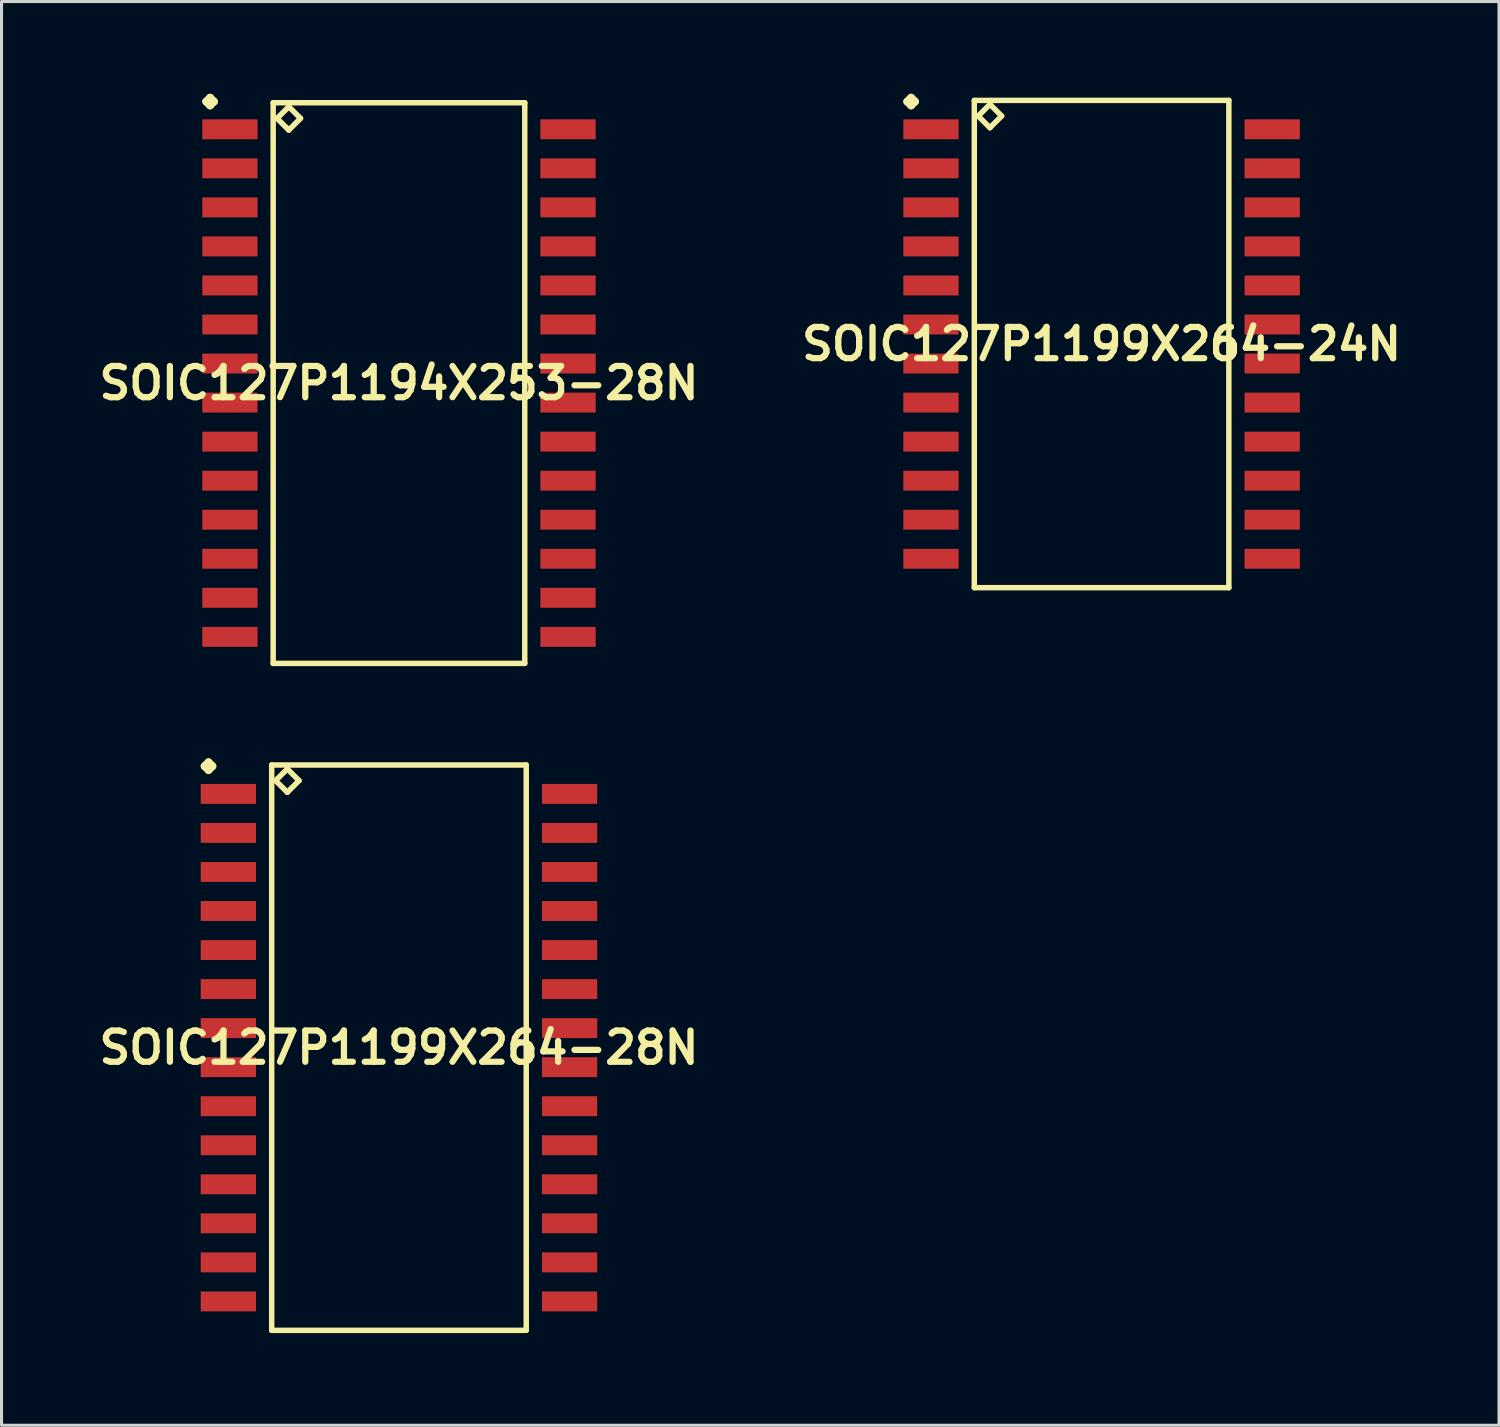
<source format=kicad_pcb>
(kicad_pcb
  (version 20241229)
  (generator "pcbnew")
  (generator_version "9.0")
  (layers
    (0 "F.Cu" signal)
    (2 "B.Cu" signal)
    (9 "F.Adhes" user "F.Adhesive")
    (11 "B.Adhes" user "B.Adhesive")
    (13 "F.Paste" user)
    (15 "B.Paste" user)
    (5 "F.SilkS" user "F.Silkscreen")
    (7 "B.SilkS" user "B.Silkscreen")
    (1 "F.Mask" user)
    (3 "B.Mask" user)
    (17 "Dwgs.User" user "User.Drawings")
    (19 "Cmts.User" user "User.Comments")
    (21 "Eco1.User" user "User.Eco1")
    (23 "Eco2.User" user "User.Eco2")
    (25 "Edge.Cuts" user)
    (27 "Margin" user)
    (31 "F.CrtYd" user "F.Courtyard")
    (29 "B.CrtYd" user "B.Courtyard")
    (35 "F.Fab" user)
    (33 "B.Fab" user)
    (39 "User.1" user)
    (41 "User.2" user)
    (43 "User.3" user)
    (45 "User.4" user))
  (footprint "SOIC127P1199X264-28N"
    (layer "F.Cu")
    (at 9.928 31.029)
    (property "Reference" "SOIC127P1199X264-28N" (at 0 0 0) (layer "F.SilkS") (effects (font (size 1.016 1.016) (thickness 0.203))))
    (attr smd)
    (fp_line (start -6.322 -9.157) (end -6.195 -9.284) (stroke (width 0.254) (type solid)) (layer "F.SilkS"))
    (fp_line (start -6.195 -9.284) (end -6.068 -9.157) (stroke (width 0.254) (type solid)) (layer "F.SilkS"))
    (fp_line (start -6.195 -9.03) (end -6.322 -9.157) (stroke (width 0.254) (type solid)) (layer "F.SilkS"))
    (fp_line (start -6.068 -9.157) (end -6.195 -9.03) (stroke (width 0.254) (type solid)) (layer "F.SilkS"))
    (fp_line (start -4.14 -9.195) (end -4.14 9.195) (stroke (width 0.178) (type solid)) (layer "F.SilkS"))
    (fp_line (start -4.14 9.195) (end 4.14 9.195) (stroke (width 0.178) (type solid)) (layer "F.SilkS"))
    (fp_line (start -4.013 -8.687) (end -3.632 -9.068) (stroke (width 0.178) (type solid)) (layer "F.SilkS"))
    (fp_line (start -3.632 -9.068) (end -3.251 -8.687) (stroke (width 0.178) (type solid)) (layer "F.SilkS"))
    (fp_line (start -3.632 -8.306) (end -4.013 -8.687) (stroke (width 0.178) (type solid)) (layer "F.SilkS"))
    (fp_line (start -3.251 -8.687) (end -3.632 -8.306) (stroke (width 0.178) (type solid)) (layer "F.SilkS"))
    (fp_line (start 4.14 -9.195) (end -4.14 -9.195) (stroke (width 0.178) (type solid)) (layer "F.SilkS"))
    (fp_line (start 4.14 9.195) (end 4.14 -9.195) (stroke (width 0.178) (type solid)) (layer "F.SilkS"))
    (pad "1" smd rect (at -5.55 -8.255) (size 1.798 0.648) (layers "F.Cu" "F.Mask" "F.Paste"))
    (pad "2" smd rect (at -5.55 -6.985) (size 1.798 0.648) (layers "F.Cu" "F.Mask" "F.Paste"))
    (pad "3" smd rect (at -5.55 -5.715) (size 1.798 0.648) (layers "F.Cu" "F.Mask" "F.Paste"))
    (pad "4" smd rect (at -5.55 -4.445) (size 1.798 0.648) (layers "F.Cu" "F.Mask" "F.Paste"))
    (pad "5" smd rect (at -5.55 -3.175) (size 1.798 0.648) (layers "F.Cu" "F.Mask" "F.Paste"))
    (pad "6" smd rect (at -5.55 -1.905) (size 1.798 0.648) (layers "F.Cu" "F.Mask" "F.Paste"))
    (pad "7" smd rect (at -5.55 -0.635) (size 1.798 0.648) (layers "F.Cu" "F.Mask" "F.Paste"))
    (pad "8" smd rect (at -5.55 0.635) (size 1.798 0.648) (layers "F.Cu" "F.Mask" "F.Paste"))
    (pad "9" smd rect (at -5.55 1.905) (size 1.798 0.648) (layers "F.Cu" "F.Mask" "F.Paste"))
    (pad "10" smd rect (at -5.55 3.175) (size 1.798 0.648) (layers "F.Cu" "F.Mask" "F.Paste"))
    (pad "11" smd rect (at -5.55 4.445) (size 1.798 0.648) (layers "F.Cu" "F.Mask" "F.Paste"))
    (pad "12" smd rect (at -5.55 5.715) (size 1.798 0.648) (layers "F.Cu" "F.Mask" "F.Paste"))
    (pad "13" smd rect (at -5.55 6.985) (size 1.798 0.648) (layers "F.Cu" "F.Mask" "F.Paste"))
    (pad "14" smd rect (at -5.55 8.255) (size 1.798 0.648) (layers "F.Cu" "F.Mask" "F.Paste"))
    (pad "15" smd rect (at 5.55 8.255) (size 1.798 0.648) (layers "F.Cu" "F.Mask" "F.Paste"))
    (pad "16" smd rect (at 5.55 6.985) (size 1.798 0.648) (layers "F.Cu" "F.Mask" "F.Paste"))
    (pad "17" smd rect (at 5.55 5.715) (size 1.798 0.648) (layers "F.Cu" "F.Mask" "F.Paste"))
    (pad "18" smd rect (at 5.55 4.445) (size 1.798 0.648) (layers "F.Cu" "F.Mask" "F.Paste"))
    (pad "19" smd rect (at 5.55 3.175) (size 1.798 0.648) (layers "F.Cu" "F.Mask" "F.Paste"))
    (pad "20" smd rect (at 5.55 1.905) (size 1.798 0.648) (layers "F.Cu" "F.Mask" "F.Paste"))
    (pad "21" smd rect (at 5.55 0.635) (size 1.798 0.648) (layers "F.Cu" "F.Mask" "F.Paste"))
    (pad "22" smd rect (at 5.55 -0.635) (size 1.798 0.648) (layers "F.Cu" "F.Mask" "F.Paste"))
    (pad "23" smd rect (at 5.55 -1.905) (size 1.798 0.648) (layers "F.Cu" "F.Mask" "F.Paste"))
    (pad "24" smd rect (at 5.55 -3.175) (size 1.798 0.648) (layers "F.Cu" "F.Mask" "F.Paste"))
    (pad "25" smd rect (at 5.55 -4.445) (size 1.798 0.648) (layers "F.Cu" "F.Mask" "F.Paste"))
    (pad "26" smd rect (at 5.55 -5.715) (size 1.798 0.648) (layers "F.Cu" "F.Mask" "F.Paste"))
    (pad "27" smd rect (at 5.55 -6.985) (size 1.798 0.648) (layers "F.Cu" "F.Mask" "F.Paste"))
    (pad "28" smd rect (at 5.55 -8.255) (size 1.798 0.648) (layers "F.Cu" "F.Mask" "F.Paste")))
  (footprint "SOIC127P1194X253-28N"
    (layer "F.Cu")
    (at 9.928 9.411)
    (property "Reference" "SOIC127P1194X253-28N" (at 0 0 0) (layer "F.SilkS") (effects (font (size 1.016 1.016) (thickness 0.203))))
    (attr smd)
    (fp_line (start -6.271 -9.157) (end -6.144 -9.284) (stroke (width 0.254) (type solid)) (layer "F.SilkS"))
    (fp_line (start -6.144 -9.284) (end -6.017 -9.157) (stroke (width 0.254) (type solid)) (layer "F.SilkS"))
    (fp_line (start -6.144 -9.03) (end -6.271 -9.157) (stroke (width 0.254) (type solid)) (layer "F.SilkS"))
    (fp_line (start -6.017 -9.157) (end -6.144 -9.03) (stroke (width 0.254) (type solid)) (layer "F.SilkS"))
    (fp_line (start -4.092 -9.119) (end -4.092 9.119) (stroke (width 0.178) (type solid)) (layer "F.SilkS"))
    (fp_line (start -4.092 9.119) (end 4.092 9.119) (stroke (width 0.178) (type solid)) (layer "F.SilkS"))
    (fp_line (start -3.965 -8.611) (end -3.584 -8.992) (stroke (width 0.178) (type solid)) (layer "F.SilkS"))
    (fp_line (start -3.584 -8.992) (end -3.203 -8.611) (stroke (width 0.178) (type solid)) (layer "F.SilkS"))
    (fp_line (start -3.584 -8.23) (end -3.965 -8.611) (stroke (width 0.178) (type solid)) (layer "F.SilkS"))
    (fp_line (start -3.203 -8.611) (end -3.584 -8.23) (stroke (width 0.178) (type solid)) (layer "F.SilkS"))
    (fp_line (start 4.092 -9.119) (end -4.092 -9.119) (stroke (width 0.178) (type solid)) (layer "F.SilkS"))
    (fp_line (start 4.092 9.119) (end 4.092 -9.119) (stroke (width 0.178) (type solid)) (layer "F.SilkS"))
    (pad "1" smd rect (at -5.499 -8.255) (size 1.798 0.648) (layers "F.Cu" "F.Mask" "F.Paste"))
    (pad "2" smd rect (at -5.499 -6.985) (size 1.798 0.648) (layers "F.Cu" "F.Mask" "F.Paste"))
    (pad "3" smd rect (at -5.499 -5.715) (size 1.798 0.648) (layers "F.Cu" "F.Mask" "F.Paste"))
    (pad "4" smd rect (at -5.499 -4.445) (size 1.798 0.648) (layers "F.Cu" "F.Mask" "F.Paste"))
    (pad "5" smd rect (at -5.499 -3.175) (size 1.798 0.648) (layers "F.Cu" "F.Mask" "F.Paste"))
    (pad "6" smd rect (at -5.499 -1.905) (size 1.798 0.648) (layers "F.Cu" "F.Mask" "F.Paste"))
    (pad "7" smd rect (at -5.499 -0.635) (size 1.798 0.648) (layers "F.Cu" "F.Mask" "F.Paste"))
    (pad "8" smd rect (at -5.499 0.635) (size 1.798 0.648) (layers "F.Cu" "F.Mask" "F.Paste"))
    (pad "9" smd rect (at -5.499 1.905) (size 1.798 0.648) (layers "F.Cu" "F.Mask" "F.Paste"))
    (pad "10" smd rect (at -5.499 3.175) (size 1.798 0.648) (layers "F.Cu" "F.Mask" "F.Paste"))
    (pad "11" smd rect (at -5.499 4.445) (size 1.798 0.648) (layers "F.Cu" "F.Mask" "F.Paste"))
    (pad "12" smd rect (at -5.499 5.715) (size 1.798 0.648) (layers "F.Cu" "F.Mask" "F.Paste"))
    (pad "13" smd rect (at -5.499 6.985) (size 1.798 0.648) (layers "F.Cu" "F.Mask" "F.Paste"))
    (pad "14" smd rect (at -5.499 8.255) (size 1.798 0.648) (layers "F.Cu" "F.Mask" "F.Paste"))
    (pad "15" smd rect (at 5.499 8.255) (size 1.798 0.648) (layers "F.Cu" "F.Mask" "F.Paste"))
    (pad "16" smd rect (at 5.499 6.985) (size 1.798 0.648) (layers "F.Cu" "F.Mask" "F.Paste"))
    (pad "17" smd rect (at 5.499 5.715) (size 1.798 0.648) (layers "F.Cu" "F.Mask" "F.Paste"))
    (pad "18" smd rect (at 5.499 4.445) (size 1.798 0.648) (layers "F.Cu" "F.Mask" "F.Paste"))
    (pad "19" smd rect (at 5.499 3.175) (size 1.798 0.648) (layers "F.Cu" "F.Mask" "F.Paste"))
    (pad "20" smd rect (at 5.499 1.905) (size 1.798 0.648) (layers "F.Cu" "F.Mask" "F.Paste"))
    (pad "21" smd rect (at 5.499 0.635) (size 1.798 0.648) (layers "F.Cu" "F.Mask" "F.Paste"))
    (pad "22" smd rect (at 5.499 -0.635) (size 1.798 0.648) (layers "F.Cu" "F.Mask" "F.Paste"))
    (pad "23" smd rect (at 5.499 -1.905) (size 1.798 0.648) (layers "F.Cu" "F.Mask" "F.Paste"))
    (pad "24" smd rect (at 5.499 -3.175) (size 1.798 0.648) (layers "F.Cu" "F.Mask" "F.Paste"))
    (pad "25" smd rect (at 5.499 -4.445) (size 1.798 0.648) (layers "F.Cu" "F.Mask" "F.Paste"))
    (pad "26" smd rect (at 5.499 -5.715) (size 1.798 0.648) (layers "F.Cu" "F.Mask" "F.Paste"))
    (pad "27" smd rect (at 5.499 -6.985) (size 1.798 0.648) (layers "F.Cu" "F.Mask" "F.Paste"))
    (pad "28" smd rect (at 5.499 -8.255) (size 1.798 0.648) (layers "F.Cu" "F.Mask" "F.Paste")))
  (footprint "SOIC127P1199X264-24N"
    (layer "F.Cu")
    (at 32.783 8.141)
    (property "Reference" "SOIC127P1199X264-24N" (at 0 0 0) (layer "F.SilkS") (effects (font (size 1.016 1.016) (thickness 0.203))))
    (attr smd)
    (fp_line (start -6.322 -7.887) (end -6.195 -8.014) (stroke (width 0.254) (type solid)) (layer "F.SilkS"))
    (fp_line (start -6.195 -8.014) (end -6.068 -7.887) (stroke (width 0.254) (type solid)) (layer "F.SilkS"))
    (fp_line (start -6.195 -7.76) (end -6.322 -7.887) (stroke (width 0.254) (type solid)) (layer "F.SilkS"))
    (fp_line (start -6.068 -7.887) (end -6.195 -7.76) (stroke (width 0.254) (type solid)) (layer "F.SilkS"))
    (fp_line (start -4.14 -7.925) (end -4.14 7.925) (stroke (width 0.178) (type solid)) (layer "F.SilkS"))
    (fp_line (start -4.14 7.925) (end 4.14 7.925) (stroke (width 0.178) (type solid)) (layer "F.SilkS"))
    (fp_line (start -4.013 -7.417) (end -3.632 -7.798) (stroke (width 0.178) (type solid)) (layer "F.SilkS"))
    (fp_line (start -3.632 -7.798) (end -3.251 -7.417) (stroke (width 0.178) (type solid)) (layer "F.SilkS"))
    (fp_line (start -3.632 -7.036) (end -4.013 -7.417) (stroke (width 0.178) (type solid)) (layer "F.SilkS"))
    (fp_line (start -3.251 -7.417) (end -3.632 -7.036) (stroke (width 0.178) (type solid)) (layer "F.SilkS"))
    (fp_line (start 4.14 -7.925) (end -4.14 -7.925) (stroke (width 0.178) (type solid)) (layer "F.SilkS"))
    (fp_line (start 4.14 7.925) (end 4.14 -7.925) (stroke (width 0.178) (type solid)) (layer "F.SilkS"))
    (pad "1" smd rect (at -5.55 -6.985) (size 1.798 0.648) (layers "F.Cu" "F.Mask" "F.Paste"))
    (pad "2" smd rect (at -5.55 -5.715) (size 1.798 0.648) (layers "F.Cu" "F.Mask" "F.Paste"))
    (pad "3" smd rect (at -5.55 -4.445) (size 1.798 0.648) (layers "F.Cu" "F.Mask" "F.Paste"))
    (pad "4" smd rect (at -5.55 -3.175) (size 1.798 0.648) (layers "F.Cu" "F.Mask" "F.Paste"))
    (pad "5" smd rect (at -5.55 -1.905) (size 1.798 0.648) (layers "F.Cu" "F.Mask" "F.Paste"))
    (pad "6" smd rect (at -5.55 -0.635) (size 1.798 0.648) (layers "F.Cu" "F.Mask" "F.Paste"))
    (pad "7" smd rect (at -5.55 0.635) (size 1.798 0.648) (layers "F.Cu" "F.Mask" "F.Paste"))
    (pad "8" smd rect (at -5.55 1.905) (size 1.798 0.648) (layers "F.Cu" "F.Mask" "F.Paste"))
    (pad "9" smd rect (at -5.55 3.175) (size 1.798 0.648) (layers "F.Cu" "F.Mask" "F.Paste"))
    (pad "10" smd rect (at -5.55 4.445) (size 1.798 0.648) (layers "F.Cu" "F.Mask" "F.Paste"))
    (pad "11" smd rect (at -5.55 5.715) (size 1.798 0.648) (layers "F.Cu" "F.Mask" "F.Paste"))
    (pad "12" smd rect (at -5.55 6.985) (size 1.798 0.648) (layers "F.Cu" "F.Mask" "F.Paste"))
    (pad "13" smd rect (at 5.55 6.985) (size 1.798 0.648) (layers "F.Cu" "F.Mask" "F.Paste"))
    (pad "14" smd rect (at 5.55 5.715) (size 1.798 0.648) (layers "F.Cu" "F.Mask" "F.Paste"))
    (pad "15" smd rect (at 5.55 4.445) (size 1.798 0.648) (layers "F.Cu" "F.Mask" "F.Paste"))
    (pad "16" smd rect (at 5.55 3.175) (size 1.798 0.648) (layers "F.Cu" "F.Mask" "F.Paste"))
    (pad "17" smd rect (at 5.55 1.905) (size 1.798 0.648) (layers "F.Cu" "F.Mask" "F.Paste"))
    (pad "18" smd rect (at 5.55 0.635) (size 1.798 0.648) (layers "F.Cu" "F.Mask" "F.Paste"))
    (pad "19" smd rect (at 5.55 -0.635) (size 1.798 0.648) (layers "F.Cu" "F.Mask" "F.Paste"))
    (pad "20" smd rect (at 5.55 -1.905) (size 1.798 0.648) (layers "F.Cu" "F.Mask" "F.Paste"))
    (pad "21" smd rect (at 5.55 -3.175) (size 1.798 0.648) (layers "F.Cu" "F.Mask" "F.Paste"))
    (pad "22" smd rect (at 5.55 -4.445) (size 1.798 0.648) (layers "F.Cu" "F.Mask" "F.Paste"))
    (pad "23" smd rect (at 5.55 -5.715) (size 1.798 0.648) (layers "F.Cu" "F.Mask" "F.Paste"))
    (pad "24" smd rect (at 5.55 -6.985) (size 1.798 0.648) (layers "F.Cu" "F.Mask" "F.Paste")))
  (gr_rect
    (start -3 -3)
    (end 45.711 43.313)
    (stroke (width 0.1) (type default))
    (fill no)
    (layer "Edge.Cuts")))
</source>
